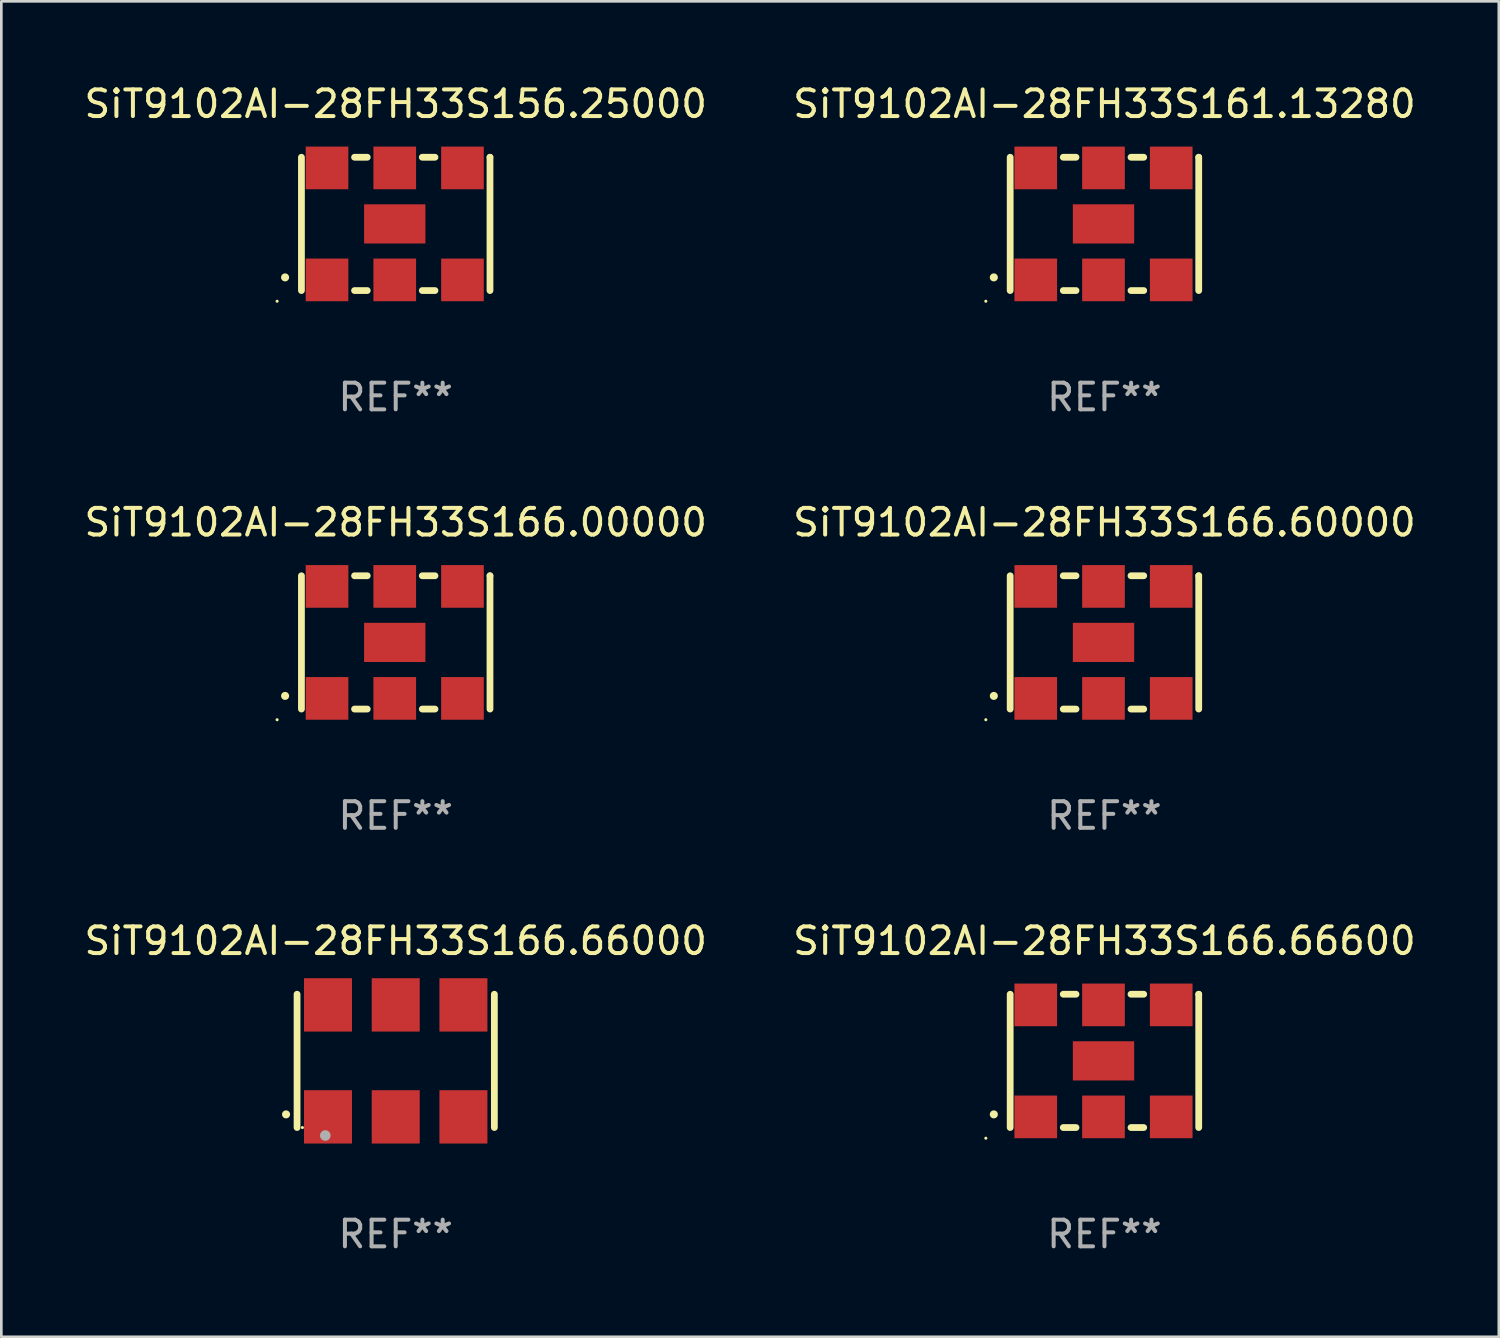
<source format=kicad_pcb>
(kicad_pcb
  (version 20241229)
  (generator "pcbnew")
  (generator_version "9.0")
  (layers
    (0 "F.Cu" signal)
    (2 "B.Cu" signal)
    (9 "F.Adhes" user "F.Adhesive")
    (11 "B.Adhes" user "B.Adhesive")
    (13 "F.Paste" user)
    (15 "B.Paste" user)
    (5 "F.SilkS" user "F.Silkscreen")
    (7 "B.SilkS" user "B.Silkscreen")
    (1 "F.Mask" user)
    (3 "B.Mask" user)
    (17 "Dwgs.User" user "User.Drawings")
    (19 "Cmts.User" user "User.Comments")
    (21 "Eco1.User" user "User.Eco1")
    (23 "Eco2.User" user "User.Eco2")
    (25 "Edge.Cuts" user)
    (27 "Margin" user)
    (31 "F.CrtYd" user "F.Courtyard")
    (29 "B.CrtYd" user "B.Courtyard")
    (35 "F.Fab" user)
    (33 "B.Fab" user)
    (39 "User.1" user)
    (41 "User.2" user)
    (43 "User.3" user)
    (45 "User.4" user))
  (footprint "SiT9102AI-28FH33S166.60000"
    (layer "F.Cu")
    (at 38.375 21.045)
    (property "Reference" "SiT9102AI-28FH33S166.60000" (at 0 -4.5 0) (layer "F.SilkS") (effects (font (size 1 1) (thickness 0.15))))
    (attr through_hole)
    (fp_line (start -3.536 -2.5) (end -3.536 2.5) (stroke (width 0.254) (type solid)) (layer "F.SilkS"))
    (fp_line (start -1.544 2.5) (end -1.067 2.5) (stroke (width 0.254) (type solid)) (layer "F.SilkS"))
    (fp_line (start -1.067 -2.5) (end -1.544 -2.5) (stroke (width 0.254) (type solid)) (layer "F.SilkS"))
    (fp_line (start 0.996 2.5) (end 1.473 2.5) (stroke (width 0.254) (type solid)) (layer "F.SilkS"))
    (fp_line (start 1.473 -2.5) (end 0.996 -2.5) (stroke (width 0.254) (type solid)) (layer "F.SilkS"))
    (fp_line (start 3.536 -2.5) (end 3.536 -2.5) (stroke (width 0.254) (type solid)) (layer "F.SilkS"))
    (fp_line (start 3.536 2.5) (end 3.536 -2.5) (stroke (width 0.254) (type solid)) (layer "F.SilkS"))
    (fp_arc (start -4.150432 2.006604) (mid -4.149162 2.006599) (end -4.147892 2.006604) (stroke (width 0.3) (type solid)) (layer "F.SilkS"))
    (fp_circle (center -4.449 2.9) (end -4.419 2.9) (stroke (width 0.06) (type solid)) (fill no) (layer "F.SilkS"))
    (fp_text user "REF**" (at 0 6.5 0) (layer "F.Fab") (effects (font (size 1 1) (thickness 0.15))))
    (pad "1" smd rect (at -2.576 2.1) (size 1.6 1.6) (layers "F.Cu" "F.Mask" "F.Paste"))
    (pad "2" smd rect (at -0.036 2.1) (size 1.6 1.6) (layers "F.Cu" "F.Mask" "F.Paste"))
    (pad "3" smd rect (at 2.504 2.1) (size 1.6 1.6) (layers "F.Cu" "F.Mask" "F.Paste"))
    (pad "4" smd rect (at 2.504 -2.1) (size 1.6 1.6) (layers "F.Cu" "F.Mask" "F.Paste"))
    (pad "5" smd rect (at -0.036 -2.1) (size 1.6 1.6) (layers "F.Cu" "F.Mask" "F.Paste"))
    (pad "6" smd rect (at -2.576 -2.1) (size 1.6 1.6) (layers "F.Cu" "F.Mask" "F.Paste"))
    (pad "7" smd rect (at -0.036 0) (size 2.3 1.47) (layers "F.Cu" "F.Mask" "F.Paste")))
  (footprint "SiT9102AI-28FH33S156.25000"
    (layer "F.Cu")
    (at 11.792 5.348)
    (property "Reference" "SiT9102AI-28FH33S156.25000" (at 0 -4.5 0) (layer "F.SilkS") (effects (font (size 1 1) (thickness 0.15))))
    (attr through_hole)
    (fp_line (start -3.536 -2.5) (end -3.536 2.5) (stroke (width 0.254) (type solid)) (layer "F.SilkS"))
    (fp_line (start -1.544 2.5) (end -1.067 2.5) (stroke (width 0.254) (type solid)) (layer "F.SilkS"))
    (fp_line (start -1.067 -2.5) (end -1.544 -2.5) (stroke (width 0.254) (type solid)) (layer "F.SilkS"))
    (fp_line (start 0.996 2.5) (end 1.473 2.5) (stroke (width 0.254) (type solid)) (layer "F.SilkS"))
    (fp_line (start 1.473 -2.5) (end 0.996 -2.5) (stroke (width 0.254) (type solid)) (layer "F.SilkS"))
    (fp_line (start 3.536 -2.5) (end 3.536 -2.5) (stroke (width 0.254) (type solid)) (layer "F.SilkS"))
    (fp_line (start 3.536 2.5) (end 3.536 -2.5) (stroke (width 0.254) (type solid)) (layer "F.SilkS"))
    (fp_arc (start -4.150432 2.006604) (mid -4.149162 2.006599) (end -4.147892 2.006604) (stroke (width 0.3) (type solid)) (layer "F.SilkS"))
    (fp_circle (center -4.449 2.9) (end -4.419 2.9) (stroke (width 0.06) (type solid)) (fill no) (layer "F.SilkS"))
    (fp_text user "REF**" (at 0 6.5 0) (layer "F.Fab") (effects (font (size 1 1) (thickness 0.15))))
    (pad "1" smd rect (at -2.576 2.1) (size 1.6 1.6) (layers "F.Cu" "F.Mask" "F.Paste"))
    (pad "2" smd rect (at -0.036 2.1) (size 1.6 1.6) (layers "F.Cu" "F.Mask" "F.Paste"))
    (pad "3" smd rect (at 2.504 2.1) (size 1.6 1.6) (layers "F.Cu" "F.Mask" "F.Paste"))
    (pad "4" smd rect (at 2.504 -2.1) (size 1.6 1.6) (layers "F.Cu" "F.Mask" "F.Paste"))
    (pad "5" smd rect (at -0.036 -2.1) (size 1.6 1.6) (layers "F.Cu" "F.Mask" "F.Paste"))
    (pad "6" smd rect (at -2.576 -2.1) (size 1.6 1.6) (layers "F.Cu" "F.Mask" "F.Paste"))
    (pad "7" smd rect (at -0.036 0) (size 2.3 1.47) (layers "F.Cu" "F.Mask" "F.Paste")))
  (footprint "SiT9102AI-28FH33S166.66000"
    (layer "F.Cu")
    (at 11.792 36.741)
    (property "Reference" "SiT9102AI-28FH33S166.66000" (at 0 -4.5 0) (layer "F.SilkS") (effects (font (size 1 1) (thickness 0.15))))
    (attr through_hole)
    (fp_line (start -3.7 -2.5) (end -3.7 2.5) (stroke (width 0.254) (type solid)) (layer "F.SilkS"))
    (fp_line (start 3.7 -2.5) (end 3.7 2.5) (stroke (width 0.254) (type solid)) (layer "F.SilkS"))
    (fp_arc (start -4.114415 2.006604) (mid -4.113145 2.006599) (end -4.111875 2.006604) (stroke (width 0.3) (type solid)) (layer "F.SilkS"))
    (fp_circle (center -3.5 2.501) (end -3.47 2.501) (stroke (width 0.06) (type solid)) (fill no) (layer "F.SilkS"))
    (fp_circle (center -2.641 2.799) (end -2.541 2.799) (stroke (width 0.2) (type solid)) (fill no) (layer "F.Fab"))
    (fp_text user "REF**" (at 0 6.5 0) (layer "F.Fab") (effects (font (size 1 1) (thickness 0.15))))
    (pad "1" smd rect (at -2.54 2.1) (size 1.8 2) (layers "F.Cu" "F.Mask" "F.Paste"))
    (pad "2" smd rect (at 0.000394 2.1) (size 1.8 2) (layers "F.Cu" "F.Mask" "F.Paste"))
    (pad "3" smd rect (at 2.54 2.1) (size 1.8 2) (layers "F.Cu" "F.Mask" "F.Paste"))
    (pad "4" smd rect (at 2.54 -2.1) (size 1.8 2) (layers "F.Cu" "F.Mask" "F.Paste"))
    (pad "5" smd rect (at 0.000394 -2.1) (size 1.8 2) (layers "F.Cu" "F.Mask" "F.Paste"))
    (pad "6" smd rect (at -2.54 -2.1) (size 1.8 2) (layers "F.Cu" "F.Mask" "F.Paste")))
  (footprint "SiT9102AI-28FH33S166.00000"
    (layer "F.Cu")
    (at 11.792 21.045)
    (property "Reference" "SiT9102AI-28FH33S166.00000" (at 0 -4.5 0) (layer "F.SilkS") (effects (font (size 1 1) (thickness 0.15))))
    (attr through_hole)
    (fp_line (start -3.536 -2.5) (end -3.536 2.5) (stroke (width 0.254) (type solid)) (layer "F.SilkS"))
    (fp_line (start -1.544 2.5) (end -1.067 2.5) (stroke (width 0.254) (type solid)) (layer "F.SilkS"))
    (fp_line (start -1.067 -2.5) (end -1.544 -2.5) (stroke (width 0.254) (type solid)) (layer "F.SilkS"))
    (fp_line (start 0.996 2.5) (end 1.473 2.5) (stroke (width 0.254) (type solid)) (layer "F.SilkS"))
    (fp_line (start 1.473 -2.5) (end 0.996 -2.5) (stroke (width 0.254) (type solid)) (layer "F.SilkS"))
    (fp_line (start 3.536 -2.5) (end 3.536 -2.5) (stroke (width 0.254) (type solid)) (layer "F.SilkS"))
    (fp_line (start 3.536 2.5) (end 3.536 -2.5) (stroke (width 0.254) (type solid)) (layer "F.SilkS"))
    (fp_arc (start -4.150432 2.006604) (mid -4.149162 2.006599) (end -4.147892 2.006604) (stroke (width 0.3) (type solid)) (layer "F.SilkS"))
    (fp_circle (center -4.449 2.9) (end -4.419 2.9) (stroke (width 0.06) (type solid)) (fill no) (layer "F.SilkS"))
    (fp_text user "REF**" (at 0 6.5 0) (layer "F.Fab") (effects (font (size 1 1) (thickness 0.15))))
    (pad "1" smd rect (at -2.576 2.1) (size 1.6 1.6) (layers "F.Cu" "F.Mask" "F.Paste"))
    (pad "2" smd rect (at -0.036 2.1) (size 1.6 1.6) (layers "F.Cu" "F.Mask" "F.Paste"))
    (pad "3" smd rect (at 2.504 2.1) (size 1.6 1.6) (layers "F.Cu" "F.Mask" "F.Paste"))
    (pad "4" smd rect (at 2.504 -2.1) (size 1.6 1.6) (layers "F.Cu" "F.Mask" "F.Paste"))
    (pad "5" smd rect (at -0.036 -2.1) (size 1.6 1.6) (layers "F.Cu" "F.Mask" "F.Paste"))
    (pad "6" smd rect (at -2.576 -2.1) (size 1.6 1.6) (layers "F.Cu" "F.Mask" "F.Paste"))
    (pad "7" smd rect (at -0.036 0) (size 2.3 1.47) (layers "F.Cu" "F.Mask" "F.Paste")))
  (footprint "SiT9102AI-28FH33S166.66600"
    (layer "F.Cu")
    (at 38.375 36.741)
    (property "Reference" "SiT9102AI-28FH33S166.66600" (at 0 -4.5 0) (layer "F.SilkS") (effects (font (size 1 1) (thickness 0.15))))
    (attr through_hole)
    (fp_line (start -3.536 -2.5) (end -3.536 2.5) (stroke (width 0.254) (type solid)) (layer "F.SilkS"))
    (fp_line (start -1.544 2.5) (end -1.067 2.5) (stroke (width 0.254) (type solid)) (layer "F.SilkS"))
    (fp_line (start -1.067 -2.5) (end -1.544 -2.5) (stroke (width 0.254) (type solid)) (layer "F.SilkS"))
    (fp_line (start 0.996 2.5) (end 1.473 2.5) (stroke (width 0.254) (type solid)) (layer "F.SilkS"))
    (fp_line (start 1.473 -2.5) (end 0.996 -2.5) (stroke (width 0.254) (type solid)) (layer "F.SilkS"))
    (fp_line (start 3.536 -2.5) (end 3.536 -2.5) (stroke (width 0.254) (type solid)) (layer "F.SilkS"))
    (fp_line (start 3.536 2.5) (end 3.536 -2.5) (stroke (width 0.254) (type solid)) (layer "F.SilkS"))
    (fp_arc (start -4.150432 2.006604) (mid -4.149162 2.006599) (end -4.147892 2.006604) (stroke (width 0.3) (type solid)) (layer "F.SilkS"))
    (fp_circle (center -4.449 2.9) (end -4.419 2.9) (stroke (width 0.06) (type solid)) (fill no) (layer "F.SilkS"))
    (fp_text user "REF**" (at 0 6.5 0) (layer "F.Fab") (effects (font (size 1 1) (thickness 0.15))))
    (pad "1" smd rect (at -2.576 2.1) (size 1.6 1.6) (layers "F.Cu" "F.Mask" "F.Paste"))
    (pad "2" smd rect (at -0.036 2.1) (size 1.6 1.6) (layers "F.Cu" "F.Mask" "F.Paste"))
    (pad "3" smd rect (at 2.504 2.1) (size 1.6 1.6) (layers "F.Cu" "F.Mask" "F.Paste"))
    (pad "4" smd rect (at 2.504 -2.1) (size 1.6 1.6) (layers "F.Cu" "F.Mask" "F.Paste"))
    (pad "5" smd rect (at -0.036 -2.1) (size 1.6 1.6) (layers "F.Cu" "F.Mask" "F.Paste"))
    (pad "6" smd rect (at -2.576 -2.1) (size 1.6 1.6) (layers "F.Cu" "F.Mask" "F.Paste"))
    (pad "7" smd rect (at -0.036 0) (size 2.3 1.47) (layers "F.Cu" "F.Mask" "F.Paste")))
  (footprint "SiT9102AI-28FH33S161.13280"
    (layer "F.Cu")
    (at 38.375 5.348)
    (property "Reference" "SiT9102AI-28FH33S161.13280" (at 0 -4.5 0) (layer "F.SilkS") (effects (font (size 1 1) (thickness 0.15))))
    (attr through_hole)
    (fp_line (start -3.536 -2.5) (end -3.536 2.5) (stroke (width 0.254) (type solid)) (layer "F.SilkS"))
    (fp_line (start -1.544 2.5) (end -1.067 2.5) (stroke (width 0.254) (type solid)) (layer "F.SilkS"))
    (fp_line (start -1.067 -2.5) (end -1.544 -2.5) (stroke (width 0.254) (type solid)) (layer "F.SilkS"))
    (fp_line (start 0.996 2.5) (end 1.473 2.5) (stroke (width 0.254) (type solid)) (layer "F.SilkS"))
    (fp_line (start 1.473 -2.5) (end 0.996 -2.5) (stroke (width 0.254) (type solid)) (layer "F.SilkS"))
    (fp_line (start 3.536 -2.5) (end 3.536 -2.5) (stroke (width 0.254) (type solid)) (layer "F.SilkS"))
    (fp_line (start 3.536 2.5) (end 3.536 -2.5) (stroke (width 0.254) (type solid)) (layer "F.SilkS"))
    (fp_arc (start -4.150432 2.006604) (mid -4.149162 2.006599) (end -4.147892 2.006604) (stroke (width 0.3) (type solid)) (layer "F.SilkS"))
    (fp_circle (center -4.449 2.9) (end -4.419 2.9) (stroke (width 0.06) (type solid)) (fill no) (layer "F.SilkS"))
    (fp_text user "REF**" (at 0 6.5 0) (layer "F.Fab") (effects (font (size 1 1) (thickness 0.15))))
    (pad "1" smd rect (at -2.576 2.1) (size 1.6 1.6) (layers "F.Cu" "F.Mask" "F.Paste"))
    (pad "2" smd rect (at -0.036 2.1) (size 1.6 1.6) (layers "F.Cu" "F.Mask" "F.Paste"))
    (pad "3" smd rect (at 2.504 2.1) (size 1.6 1.6) (layers "F.Cu" "F.Mask" "F.Paste"))
    (pad "4" smd rect (at 2.504 -2.1) (size 1.6 1.6) (layers "F.Cu" "F.Mask" "F.Paste"))
    (pad "5" smd rect (at -0.036 -2.1) (size 1.6 1.6) (layers "F.Cu" "F.Mask" "F.Paste"))
    (pad "6" smd rect (at -2.576 -2.1) (size 1.6 1.6) (layers "F.Cu" "F.Mask" "F.Paste"))
    (pad "7" smd rect (at -0.036 0) (size 2.3 1.47) (layers "F.Cu" "F.Mask" "F.Paste")))
  (gr_rect
    (start -3 -3)
    (end 53.167 47.09)
    (stroke (width 0.1) (type default))
    (fill no)
    (layer "Edge.Cuts")))
</source>
